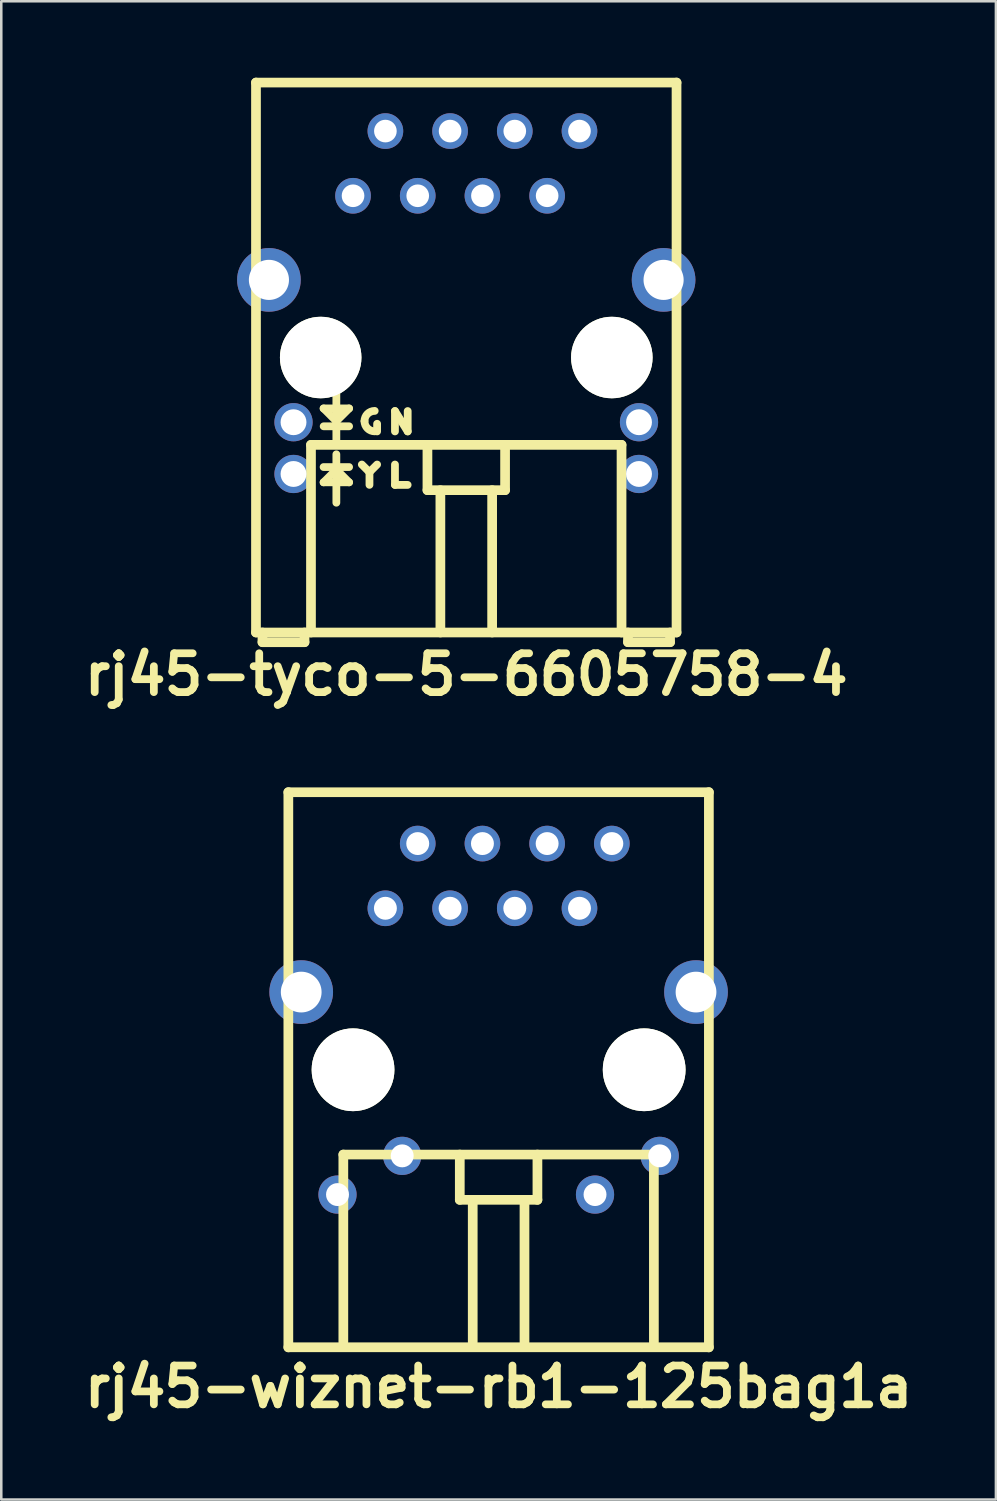
<source format=kicad_pcb>
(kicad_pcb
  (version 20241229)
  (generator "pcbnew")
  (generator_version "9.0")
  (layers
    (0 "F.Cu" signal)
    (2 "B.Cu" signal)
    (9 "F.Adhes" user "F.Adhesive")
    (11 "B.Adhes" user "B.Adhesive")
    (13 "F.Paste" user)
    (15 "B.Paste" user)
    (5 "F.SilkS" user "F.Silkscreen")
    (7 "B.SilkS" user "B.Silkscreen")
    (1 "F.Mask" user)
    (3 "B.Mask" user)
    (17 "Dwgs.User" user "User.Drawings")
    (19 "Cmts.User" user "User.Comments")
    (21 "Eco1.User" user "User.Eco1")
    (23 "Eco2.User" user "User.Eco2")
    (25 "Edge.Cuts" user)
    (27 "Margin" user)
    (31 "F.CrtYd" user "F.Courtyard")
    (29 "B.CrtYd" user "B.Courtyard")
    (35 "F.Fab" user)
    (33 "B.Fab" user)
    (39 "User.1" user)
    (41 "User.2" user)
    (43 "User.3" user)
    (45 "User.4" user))
  (footprint "rj45-wiznet-rb1-125bag1a"
    (layer "F.Cu")
    (at 16.525 38.948)
    (property "Reference" "rj45-wiznet-rb1-125bag1a" (at 0 12.446 0) (layer "F.SilkS") (effects (font (size 1.524 1.524) (thickness 0.305))))
    (attr through_hole)
    (fp_line (start -8.255 -10.895) (end 8.255 -10.895) (stroke (width 0.381) (type solid)) (layer "F.SilkS"))
    (fp_line (start -8.255 10.895) (end 8.255 10.895) (stroke (width 0.381) (type solid)) (layer "F.SilkS"))
    (fp_line (start -8.255 10.9) (end -8.255 -10.9) (stroke (width 0.381) (type solid)) (layer "F.SilkS"))
    (fp_line (start -6.096 3.329) (end -6.096 10.695) (stroke (width 0.381) (type solid)) (layer "F.SilkS"))
    (fp_line (start -6.096 3.329) (end 6.096 3.329) (stroke (width 0.381) (type solid)) (layer "F.SilkS"))
    (fp_line (start -1.524 5.107) (end -1.524 3.329) (stroke (width 0.381) (type solid)) (layer "F.SilkS"))
    (fp_line (start -1.016 10.695) (end -1.016 5.107) (stroke (width 0.381) (type solid)) (layer "F.SilkS"))
    (fp_line (start 1.016 5.107) (end 1.016 10.695) (stroke (width 0.381) (type solid)) (layer "F.SilkS"))
    (fp_line (start 1.524 3.329) (end 1.524 5.107) (stroke (width 0.381) (type solid)) (layer "F.SilkS"))
    (fp_line (start 1.524 5.107) (end -1.524 5.107) (stroke (width 0.381) (type solid)) (layer "F.SilkS"))
    (fp_line (start 6.096 3.329) (end 6.096 10.695) (stroke (width 0.381) (type solid)) (layer "F.SilkS"))
    (fp_line (start 8.255 -10.9) (end 8.255 10.9) (stroke (width 0.381) (type solid)) (layer "F.SilkS"))
    (pad "" np_thru_hole circle (at -5.715 0) (size 3.25 3.25) (drill 3.25) (layers "*.Cu" "*.Mask" "F.SilkS"))
    (pad "" np_thru_hole circle (at 5.715 0) (size 3.25 3.25) (drill 3.25) (layers "*.Cu" "*.Mask" "F.SilkS"))
    (pad "1" thru_hole circle (at -4.445 -6.34) (size 1.4 1.4) (drill 0.9) (layers "*.Cu"))
    (pad "2" thru_hole circle (at -3.175 -8.88) (size 1.4 1.4) (drill 0.9) (layers "*.Cu"))
    (pad "3" thru_hole circle (at -1.905 -6.34) (size 1.4 1.4) (drill 0.9) (layers "*.Cu"))
    (pad "4" thru_hole circle (at -0.635 -8.88) (size 1.4 1.4) (drill 0.9) (layers "*.Cu"))
    (pad "5" thru_hole circle (at 0.635 -6.34) (size 1.4 1.4) (drill 0.9) (layers "*.Cu"))
    (pad "6" thru_hole circle (at 1.905 -8.88) (size 1.4 1.4) (drill 0.9) (layers "*.Cu"))
    (pad "7" thru_hole circle (at 3.175 -6.34) (size 1.4 1.4) (drill 0.9) (layers "*.Cu"))
    (pad "8" thru_hole circle (at 4.445 -8.88) (size 1.4 1.4) (drill 0.9) (layers "*.Cu"))
    (pad "9" thru_hole circle (at 6.325 3.38) (size 1.5 1.5) (drill 0.9) (layers "*.Cu"))
    (pad "10" thru_hole circle (at 3.785 4.9) (size 1.5 1.5) (drill 0.9) (layers "*.Cu"))
    (pad "11" thru_hole circle (at -3.785 3.38) (size 1.5 1.5) (drill 0.9) (layers "*.Cu"))
    (pad "12" thru_hole circle (at -6.325 4.9) (size 1.5 1.5) (drill 0.9) (layers "*.Cu"))
    (pad "13" thru_hole circle (at -7.75 -3.05) (size 2.5 2.5) (drill 1.6) (layers "*.Cu"))
    (pad "13" thru_hole circle (at 7.75 -3.05) (size 2.5 2.5) (drill 1.6) (layers "*.Cu")))
  (footprint "rj45-tyco-5-6605758-4"
    (layer "F.Cu")
    (at 15.255 10.986)
    (property "Reference" "rj45-tyco-5-6605758-4" (at 0 12.446 0) (layer "F.SilkS") (effects (font (size 1.524 1.524) (thickness 0.305))))
    (attr through_hole)
    (fp_line (start -8.255 -10.795) (end 8.255 -10.795) (stroke (width 0.381) (type solid)) (layer "F.SilkS"))
    (fp_line (start -8.255 10.795) (end -8.255 -10.795) (stroke (width 0.381) (type solid)) (layer "F.SilkS"))
    (fp_line (start -8.255 10.795) (end 8.255 10.795) (stroke (width 0.381) (type solid)) (layer "F.SilkS"))
    (fp_line (start -8.001 11.176) (end -8.001 10.795) (stroke (width 0.381) (type solid)) (layer "F.SilkS"))
    (fp_line (start -8.001 11.176) (end -6.35 11.176) (stroke (width 0.381) (type solid)) (layer "F.SilkS"))
    (fp_line (start -6.35 11.176) (end -6.35 10.795) (stroke (width 0.381) (type solid)) (layer "F.SilkS"))
    (fp_line (start -6.096 3.429) (end -6.096 10.795) (stroke (width 0.381) (type solid)) (layer "F.SilkS"))
    (fp_line (start -6.096 3.429) (end 6.096 3.429) (stroke (width 0.381) (type solid)) (layer "F.SilkS"))
    (fp_line (start -5.601 1.999) (end -4.6 1.999) (stroke (width 0.305) (type solid)) (layer "F.SilkS"))
    (fp_line (start -5.601 4.3) (end -4.6 4.3) (stroke (width 0.305) (type solid)) (layer "F.SilkS"))
    (fp_line (start -5.601 4.9) (end -5.1 4.399) (stroke (width 0.305) (type solid)) (layer "F.SilkS"))
    (fp_line (start -5.1 2.499) (end -5.601 1.999) (stroke (width 0.305) (type solid)) (layer "F.SilkS"))
    (fp_line (start -5.1 3.299) (end -5.1 1.4) (stroke (width 0.305) (type solid)) (layer "F.SilkS"))
    (fp_line (start -5.1 4.399) (end -4.6 4.9) (stroke (width 0.305) (type solid)) (layer "F.SilkS"))
    (fp_line (start -5.1 5.7) (end -5.1 3.8) (stroke (width 0.305) (type solid)) (layer "F.SilkS"))
    (fp_line (start -4.6 1.999) (end -5.1 2.499) (stroke (width 0.305) (type solid)) (layer "F.SilkS"))
    (fp_line (start -4.6 2.7) (end -5.598 2.7) (stroke (width 0.305) (type solid)) (layer "F.SilkS"))
    (fp_line (start -4.6 4.9) (end -5.601 4.9) (stroke (width 0.305) (type solid)) (layer "F.SilkS"))
    (fp_line (start -3.8 4.498) (end -3.8 4.999) (stroke (width 0.305) (type solid)) (layer "F.SilkS"))
    (fp_line (start -3.8 4.501) (end -4.1 4.201) (stroke (width 0.305) (type solid)) (layer "F.SilkS"))
    (fp_line (start -3.8 4.501) (end -3.5 4.201) (stroke (width 0.305) (type solid)) (layer "F.SilkS"))
    (fp_line (start -3.5 2.601) (end -3.5 2.901) (stroke (width 0.305) (type solid)) (layer "F.SilkS"))
    (fp_line (start -2.799 2.101) (end -2.299 2.901) (stroke (width 0.305) (type solid)) (layer "F.SilkS"))
    (fp_line (start -2.799 2.901) (end -2.799 2.101) (stroke (width 0.305) (type solid)) (layer "F.SilkS"))
    (fp_line (start -2.799 4.201) (end -2.799 5.001) (stroke (width 0.305) (type solid)) (layer "F.SilkS"))
    (fp_line (start -2.799 5.001) (end -2.301 5.001) (stroke (width 0.305) (type solid)) (layer "F.SilkS"))
    (fp_line (start -2.299 2.901) (end -2.299 2.101) (stroke (width 0.305) (type solid)) (layer "F.SilkS"))
    (fp_line (start -1.524 5.207) (end -1.524 3.429) (stroke (width 0.381) (type solid)) (layer "F.SilkS"))
    (fp_line (start -1.016 10.795) (end -1.016 5.207) (stroke (width 0.381) (type solid)) (layer "F.SilkS"))
    (fp_line (start 1.016 5.207) (end 1.016 10.795) (stroke (width 0.381) (type solid)) (layer "F.SilkS"))
    (fp_line (start 1.524 3.429) (end 1.524 5.207) (stroke (width 0.381) (type solid)) (layer "F.SilkS"))
    (fp_line (start 1.524 5.207) (end -1.524 5.207) (stroke (width 0.381) (type solid)) (layer "F.SilkS"))
    (fp_line (start 6.096 3.429) (end 6.096 10.795) (stroke (width 0.381) (type solid)) (layer "F.SilkS"))
    (fp_line (start 6.35 11.176) (end 6.35 10.795) (stroke (width 0.381) (type solid)) (layer "F.SilkS"))
    (fp_line (start 6.35 11.176) (end 8.001 11.176) (stroke (width 0.381) (type solid)) (layer "F.SilkS"))
    (fp_line (start 8.001 11.176) (end 8.001 10.795) (stroke (width 0.381) (type solid)) (layer "F.SilkS"))
    (fp_line (start 8.255 -10.795) (end 8.255 10.795) (stroke (width 0.381) (type solid)) (layer "F.SilkS"))
    (fp_arc (start -3.99542 2.49682) (mid -3.877876 2.213044) (end -3.5941 2.0955) (stroke (width 0.3048) (type solid)) (layer "F.SilkS"))
    (fp_arc (start -3.5941 2.89814) (mid -3.877876 2.780596) (end -3.99542 2.49682) (stroke (width 0.3048) (type solid)) (layer "F.SilkS"))
    (pad "" thru_hole circle (at -7.747 -3.048) (size 2.499 2.499) (drill 1.575) (layers "*.Cu"))
    (pad "" np_thru_hole circle (at -5.715 0) (size 3.2 3.2) (drill 3.2) (layers "*.Cu" "*.Mask" "F.SilkS"))
    (pad "" np_thru_hole circle (at 5.715 0) (size 3.2 3.2) (drill 3.2) (layers "*.Cu" "*.Mask" "F.SilkS"))
    (pad "" thru_hole circle (at 7.747 -3.048) (size 2.499 2.499) (drill 1.575) (layers "*.Cu"))
    (pad "1" thru_hole circle (at -4.445 -6.35) (size 1.4 1.4) (drill 0.889) (layers "*.Cu"))
    (pad "2" thru_hole circle (at -3.175 -8.89) (size 1.4 1.4) (drill 0.889) (layers "*.Cu"))
    (pad "3" thru_hole circle (at -1.905 -6.35) (size 1.4 1.4) (drill 0.889) (layers "*.Cu"))
    (pad "4" thru_hole circle (at -0.635 -8.89) (size 1.4 1.4) (drill 0.889) (layers "*.Cu"))
    (pad "5" thru_hole circle (at 0.635 -6.35) (size 1.4 1.4) (drill 0.889) (layers "*.Cu"))
    (pad "6" thru_hole circle (at 1.905 -8.89) (size 1.4 1.4) (drill 0.889) (layers "*.Cu"))
    (pad "7" thru_hole circle (at 3.175 -6.35) (size 1.4 1.4) (drill 0.889) (layers "*.Cu"))
    (pad "8" thru_hole circle (at 4.445 -8.89) (size 1.4 1.4) (drill 0.889) (layers "*.Cu"))
    (pad "9" thru_hole circle (at -6.782 2.54) (size 1.501 1.501) (drill 1.016) (layers "*.Cu"))
    (pad "10" thru_hole circle (at -6.782 4.572) (size 1.501 1.501) (drill 1.016) (layers "*.Cu"))
    (pad "11" thru_hole circle (at 6.782 2.54) (size 1.501 1.501) (drill 1.016) (layers "*.Cu"))
    (pad "12" thru_hole circle (at 6.782 4.572) (size 1.501 1.501) (drill 1.016) (layers "*.Cu")))
  (gr_rect
    (start -3 -3)
    (end 36.049 55.821)
    (stroke (width 0.1) (type default))
    (fill no)
    (layer "Edge.Cuts")))
</source>
